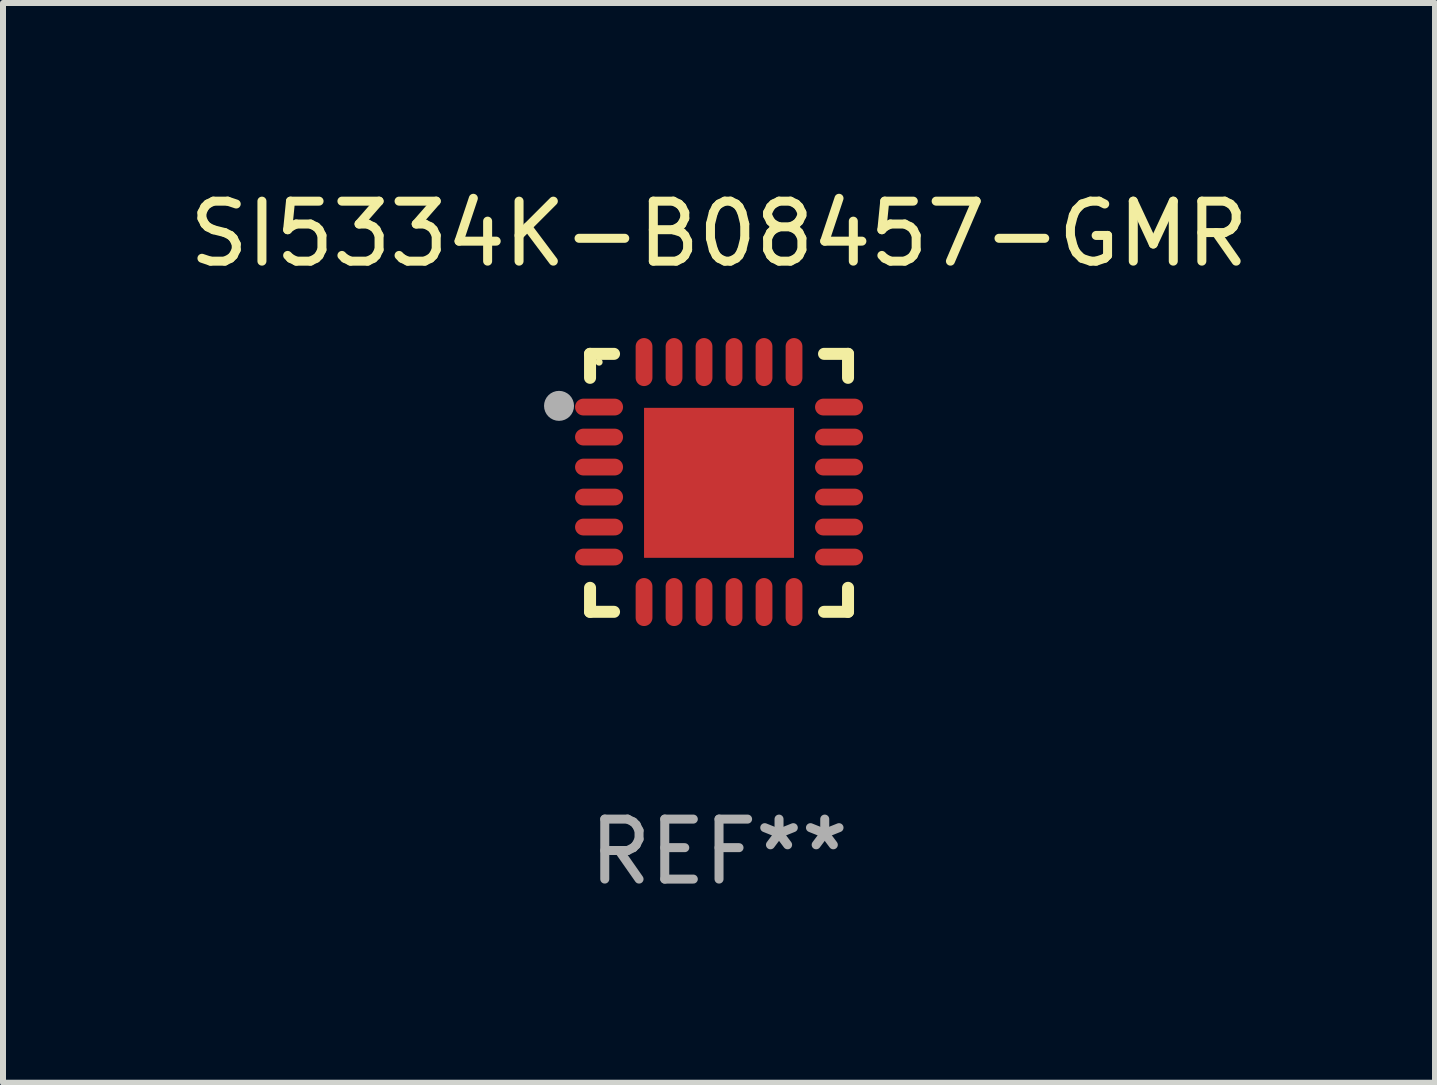
<source format=kicad_pcb>
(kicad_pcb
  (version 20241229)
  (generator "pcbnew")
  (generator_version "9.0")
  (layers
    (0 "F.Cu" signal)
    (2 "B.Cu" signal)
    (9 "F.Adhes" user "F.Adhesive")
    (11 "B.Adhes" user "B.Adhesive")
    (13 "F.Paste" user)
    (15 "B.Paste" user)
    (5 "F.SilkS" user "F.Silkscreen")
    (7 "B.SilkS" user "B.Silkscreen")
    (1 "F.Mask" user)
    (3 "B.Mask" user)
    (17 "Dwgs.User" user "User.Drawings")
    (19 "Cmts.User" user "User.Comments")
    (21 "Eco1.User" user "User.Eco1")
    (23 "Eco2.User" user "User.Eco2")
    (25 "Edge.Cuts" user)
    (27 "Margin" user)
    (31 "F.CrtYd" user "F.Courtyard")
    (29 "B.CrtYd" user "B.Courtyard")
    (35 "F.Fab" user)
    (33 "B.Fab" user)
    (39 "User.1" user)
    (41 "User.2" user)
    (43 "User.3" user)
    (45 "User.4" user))
  (footprint "SI5334K-B08457-GMR"
    (layer "F.Cu")
    (at 8.935 4.998)
    (property "Reference" "SI5334K-B08457-GMR" (at 0 -4.15 0) (layer "F.SilkS") (effects (font (size 1 1) (thickness 0.15))))
    (attr through_hole)
    (fp_line (start -2.15 -2.15) (end -1.75 -2.15) (stroke (width 0.2) (type solid)) (layer "F.SilkS"))
    (fp_line (start -2.15 -1.75) (end -2.15 -2.15) (stroke (width 0.2) (type solid)) (layer "F.SilkS"))
    (fp_line (start -2.15 2.15) (end -2.15 1.75) (stroke (width 0.2) (type solid)) (layer "F.SilkS"))
    (fp_line (start -1.75 2.15) (end -2.15 2.15) (stroke (width 0.2) (type solid)) (layer "F.SilkS"))
    (fp_line (start 1.75 -2.15) (end 2.15 -2.15) (stroke (width 0.2) (type solid)) (layer "F.SilkS"))
    (fp_line (start 1.75 2.15) (end 2.15 2.15) (stroke (width 0.2) (type solid)) (layer "F.SilkS"))
    (fp_line (start 2.15 -2.15) (end 2.15 -1.75) (stroke (width 0.2) (type solid)) (layer "F.SilkS"))
    (fp_line (start 2.15 2.15) (end 2.15 1.75) (stroke (width 0.2) (type solid)) (layer "F.SilkS"))
    (fp_circle (center -2 -2.013) (end -1.97 -2.013) (stroke (width 0.06) (type solid)) (fill no) (layer "F.SilkS"))
    (fp_circle (center -2.667 -1.283) (end -2.542 -1.283) (stroke (width 0.25) (type solid)) (fill no) (layer "F.Fab"))
    (fp_text user "REF**" (at 0 6.15 0) (layer "F.Fab") (effects (font (size 1 1) (thickness 0.15))))
    (pad "1" smd oval (at -2 -1.263) (size 0.8 0.28) (layers "F.Cu" "F.Mask" "F.Paste"))
    (pad "2" smd oval (at -2 -0.763) (size 0.8 0.28) (layers "F.Cu" "F.Mask" "F.Paste"))
    (pad "3" smd oval (at -2 -0.263) (size 0.8 0.28) (layers "F.Cu" "F.Mask" "F.Paste"))
    (pad "4" smd oval (at -2 0.237) (size 0.8 0.28) (layers "F.Cu" "F.Mask" "F.Paste"))
    (pad "5" smd oval (at -2 0.737) (size 0.8 0.28) (layers "F.Cu" "F.Mask" "F.Paste"))
    (pad "6" smd oval (at -2 1.237) (size 0.8 0.28) (layers "F.Cu" "F.Mask" "F.Paste"))
    (pad "7" smd oval (at -1.25 1.987) (size 0.28 0.8) (layers "F.Cu" "F.Mask" "F.Paste"))
    (pad "8" smd oval (at -0.75 1.987) (size 0.28 0.8) (layers "F.Cu" "F.Mask" "F.Paste"))
    (pad "9" smd oval (at -0.25 1.987) (size 0.28 0.8) (layers "F.Cu" "F.Mask" "F.Paste"))
    (pad "10" smd oval (at 0.25 1.987) (size 0.28 0.8) (layers "F.Cu" "F.Mask" "F.Paste"))
    (pad "11" smd oval (at 0.75 1.987) (size 0.28 0.8) (layers "F.Cu" "F.Mask" "F.Paste"))
    (pad "12" smd oval (at 1.25 1.987) (size 0.28 0.8) (layers "F.Cu" "F.Mask" "F.Paste"))
    (pad "13" smd oval (at 2 1.237) (size 0.8 0.28) (layers "F.Cu" "F.Mask" "F.Paste"))
    (pad "14" smd oval (at 2 0.737) (size 0.8 0.28) (layers "F.Cu" "F.Mask" "F.Paste"))
    (pad "15" smd oval (at 2 0.237) (size 0.8 0.28) (layers "F.Cu" "F.Mask" "F.Paste"))
    (pad "16" smd oval (at 2 -0.263) (size 0.8 0.28) (layers "F.Cu" "F.Mask" "F.Paste"))
    (pad "17" smd oval (at 2 -0.763) (size 0.8 0.28) (layers "F.Cu" "F.Mask" "F.Paste"))
    (pad "18" smd oval (at 2 -1.263) (size 0.8 0.28) (layers "F.Cu" "F.Mask" "F.Paste"))
    (pad "19" smd oval (at 1.25 -2.013) (size 0.28 0.8) (layers "F.Cu" "F.Mask" "F.Paste"))
    (pad "20" smd oval (at 0.75 -2.013) (size 0.28 0.8) (layers "F.Cu" "F.Mask" "F.Paste"))
    (pad "21" smd oval (at 0.25 -2.013) (size 0.28 0.8) (layers "F.Cu" "F.Mask" "F.Paste"))
    (pad "22" smd oval (at -0.25 -2.013) (size 0.28 0.8) (layers "F.Cu" "F.Mask" "F.Paste"))
    (pad "23" smd oval (at -0.75 -2.013) (size 0.28 0.8) (layers "F.Cu" "F.Mask" "F.Paste"))
    (pad "24" smd oval (at -1.25 -2.013) (size 0.28 0.8) (layers "F.Cu" "F.Mask" "F.Paste"))
    (pad "25" smd rect (at -0.000127 -0.00014) (size 2.5 2.5) (layers "F.Cu" "F.Mask" "F.Paste")))
  (gr_rect
    (start -3 -3)
    (end 20.869 14.997)
    (stroke (width 0.1) (type default))
    (fill no)
    (layer "Edge.Cuts")))
</source>
